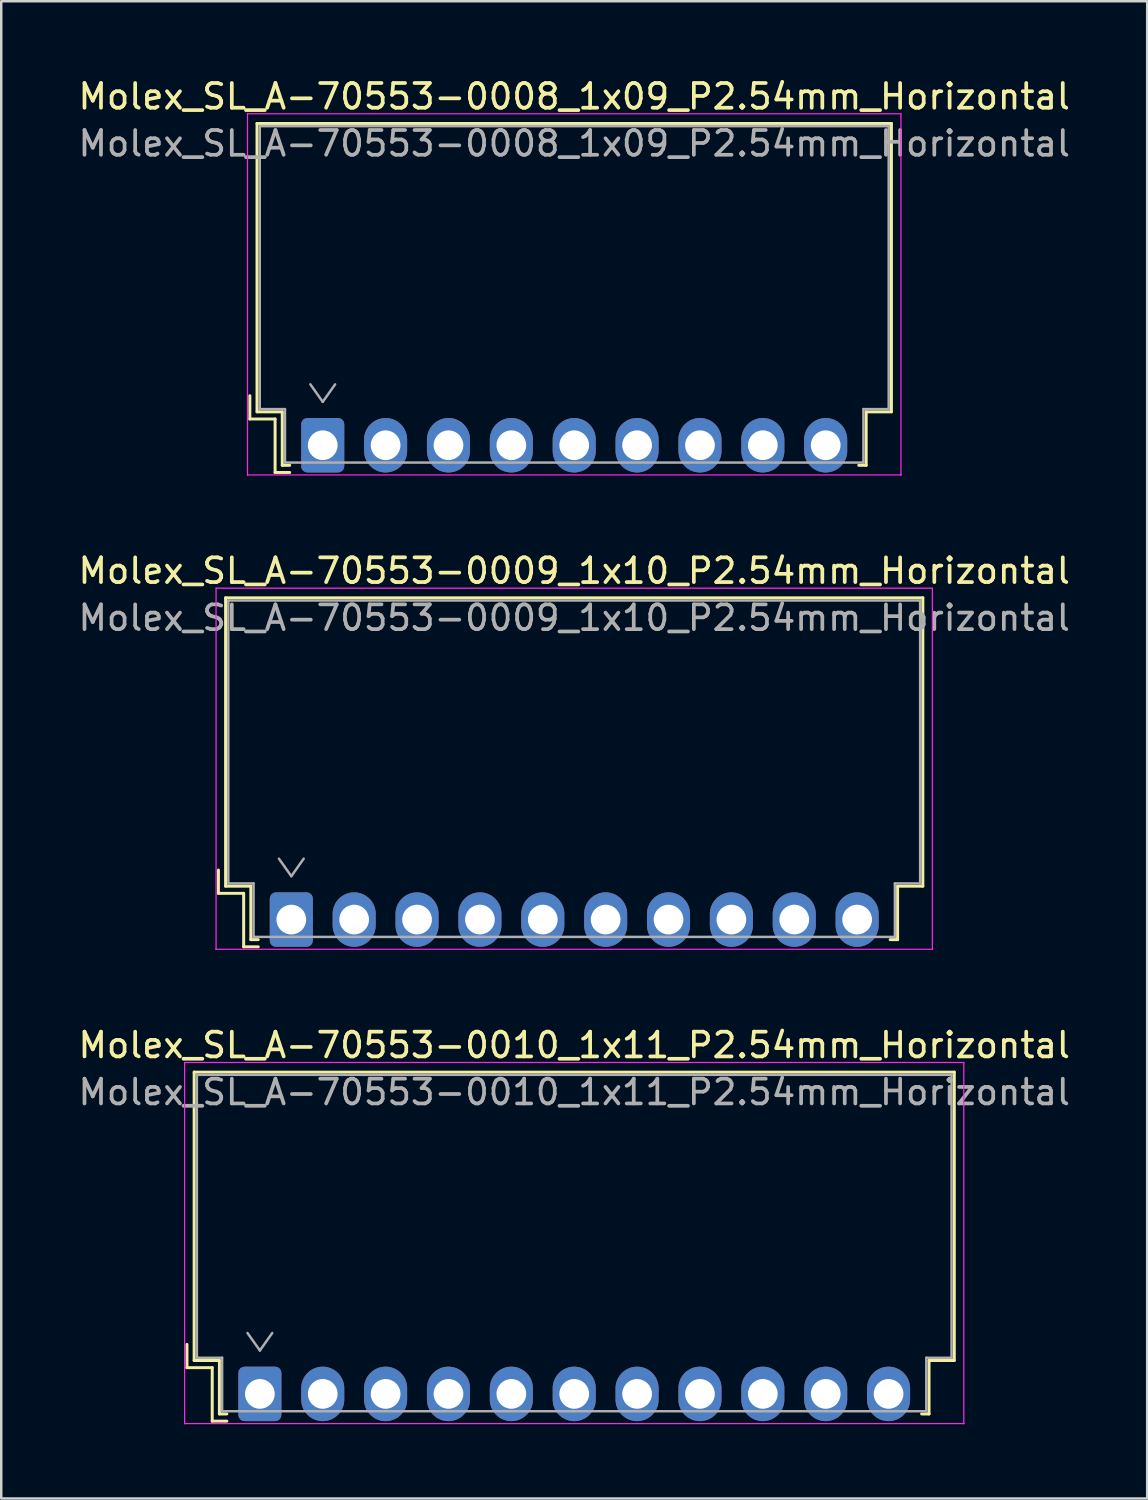
<source format=kicad_pcb>
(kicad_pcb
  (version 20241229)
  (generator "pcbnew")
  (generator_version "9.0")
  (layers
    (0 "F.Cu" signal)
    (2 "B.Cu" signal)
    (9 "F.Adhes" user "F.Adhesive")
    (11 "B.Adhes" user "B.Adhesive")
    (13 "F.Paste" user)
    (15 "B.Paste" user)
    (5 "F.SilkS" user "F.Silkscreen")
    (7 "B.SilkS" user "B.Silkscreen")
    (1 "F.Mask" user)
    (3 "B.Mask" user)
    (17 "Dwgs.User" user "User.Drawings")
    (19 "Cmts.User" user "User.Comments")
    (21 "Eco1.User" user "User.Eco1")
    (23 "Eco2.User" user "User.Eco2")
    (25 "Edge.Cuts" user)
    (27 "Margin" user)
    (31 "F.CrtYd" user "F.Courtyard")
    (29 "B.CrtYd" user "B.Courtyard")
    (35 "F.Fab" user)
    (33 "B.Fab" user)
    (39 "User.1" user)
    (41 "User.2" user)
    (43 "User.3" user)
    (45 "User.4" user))
  (footprint "Molex_SL_A-70553-0009_1x10_P2.54mm_Horizontal"
    (layer "F.Cu")
    (at 8.719 34.102)
    (property "Reference" "Molex_SL_A-70553-0009_1x10_P2.54mm_Horizontal" (at 11.43 -14.09 0) (layer "F.SilkS") (effects (font (size 1 1) (thickness 0.15))))
    (attr through_hole)
    (fp_line (start -2.945 -2) (end -2.945 -1.06) (stroke (width 0.12) (type solid)) (layer "F.SilkS"))
    (fp_line (start -2.945 -1.06) (end -1.925 -1.06) (stroke (width 0.12) (type solid)) (layer "F.SilkS"))
    (fp_line (start -2.655 -13) (end 25.515 -13) (stroke (width 0.12) (type solid)) (layer "F.SilkS"))
    (fp_line (start -2.655 -1.35) (end -2.655 -13) (stroke (width 0.12) (type solid)) (layer "F.SilkS"))
    (fp_line (start -2.655 -1.35) (end -1.635 -1.35) (stroke (width 0.12) (type solid)) (layer "F.SilkS"))
    (fp_line (start -1.925 -1.06) (end -1.925 1.1) (stroke (width 0.12) (type solid)) (layer "F.SilkS"))
    (fp_line (start -1.925 1.1) (end -1.335 1.1) (stroke (width 0.12) (type solid)) (layer "F.SilkS"))
    (fp_line (start -1.635 -1.35) (end -1.635 0.81) (stroke (width 0.12) (type solid)) (layer "F.SilkS"))
    (fp_line (start -1.635 0.81) (end -1.335 0.81) (stroke (width 0.12) (type solid)) (layer "F.SilkS"))
    (fp_line (start 24.495 -1.35) (end 24.495 0.81) (stroke (width 0.12) (type solid)) (layer "F.SilkS"))
    (fp_line (start 24.495 0.81) (end 24.195 0.81) (stroke (width 0.12) (type solid)) (layer "F.SilkS"))
    (fp_line (start 25.515 -13) (end 25.515 -1.35) (stroke (width 0.12) (type solid)) (layer "F.SilkS"))
    (fp_line (start 25.515 -1.35) (end 24.495 -1.35) (stroke (width 0.12) (type solid)) (layer "F.SilkS"))
    (fp_line (start -3.04 -13.39) (end -3.04 1.2) (stroke (width 0.05) (type solid)) (layer "F.CrtYd"))
    (fp_line (start -3.04 1.2) (end -3.04 1.2) (stroke (width 0.05) (type solid)) (layer "F.CrtYd"))
    (fp_line (start -3.04 1.2) (end -3.04 1.2) (stroke (width 0.05) (type solid)) (layer "F.CrtYd"))
    (fp_line (start -3.04 1.2) (end 25.9 1.2) (stroke (width 0.05) (type solid)) (layer "F.CrtYd"))
    (fp_line (start 25.9 -13.39) (end -3.04 -13.39) (stroke (width 0.05) (type solid)) (layer "F.CrtYd"))
    (fp_line (start 25.9 1.2) (end 25.9 -13.39) (stroke (width 0.05) (type solid)) (layer "F.CrtYd"))
    (fp_line (start 25.9 1.2) (end 25.9 1.2) (stroke (width 0.05) (type solid)) (layer "F.CrtYd"))
    (fp_line (start 25.9 1.2) (end 25.9 1.2) (stroke (width 0.05) (type solid)) (layer "F.CrtYd"))
    (fp_line (start -2.545 -12.89) (end -2.545 -1.46) (stroke (width 0.1) (type solid)) (layer "F.Fab"))
    (fp_line (start -2.545 -1.46) (end -1.525 -1.46) (stroke (width 0.1) (type solid)) (layer "F.Fab"))
    (fp_line (start -1.525 -1.46) (end -1.525 0.7) (stroke (width 0.1) (type solid)) (layer "F.Fab"))
    (fp_line (start -1.525 0.7) (end 24.385 0.7) (stroke (width 0.1) (type solid)) (layer "F.Fab"))
    (fp_line (start -0.5 -2.46) (end 0 -1.753) (stroke (width 0.1) (type solid)) (layer "F.Fab"))
    (fp_line (start 0 -1.753) (end 0.5 -2.46) (stroke (width 0.1) (type solid)) (layer "F.Fab"))
    (fp_line (start 24.385 -1.46) (end 25.405 -1.46) (stroke (width 0.1) (type solid)) (layer "F.Fab"))
    (fp_line (start 24.385 0.7) (end 24.385 -1.46) (stroke (width 0.1) (type solid)) (layer "F.Fab"))
    (fp_line (start 25.405 -12.89) (end -2.545 -12.89) (stroke (width 0.1) (type solid)) (layer "F.Fab"))
    (fp_line (start 25.405 -1.46) (end 25.405 -12.89) (stroke (width 0.1) (type solid)) (layer "F.Fab"))
    (fp_text user "${REFERENCE}" (at 11.43 -12.19 0) (layer "F.Fab") (effects (font (size 1 1) (thickness 0.15))))
    (pad "1" thru_hole roundrect (at 0 0) (size 1.74 2.2) (drill 1.2) (layers "*.Cu" "*.Mask") (roundrect_rratio 0.144))
    (pad "2" thru_hole oval (at 2.54 0) (size 1.74 2.2) (drill 1.2) (layers "*.Cu" "*.Mask"))
    (pad "3" thru_hole oval (at 5.08 0) (size 1.74 2.2) (drill 1.2) (layers "*.Cu" "*.Mask"))
    (pad "4" thru_hole oval (at 7.62 0) (size 1.74 2.2) (drill 1.2) (layers "*.Cu" "*.Mask"))
    (pad "5" thru_hole oval (at 10.16 0) (size 1.74 2.2) (drill 1.2) (layers "*.Cu" "*.Mask"))
    (pad "6" thru_hole oval (at 12.7 0) (size 1.74 2.2) (drill 1.2) (layers "*.Cu" "*.Mask"))
    (pad "7" thru_hole oval (at 15.24 0) (size 1.74 2.2) (drill 1.2) (layers "*.Cu" "*.Mask"))
    (pad "8" thru_hole oval (at 17.78 0) (size 1.74 2.2) (drill 1.2) (layers "*.Cu" "*.Mask"))
    (pad "9" thru_hole oval (at 20.32 0) (size 1.74 2.2) (drill 1.2) (layers "*.Cu" "*.Mask"))
    (pad "10" thru_hole oval (at 22.86 0) (size 1.74 2.2) (drill 1.2) (layers "*.Cu" "*.Mask")))
  (footprint "Molex_SL_A-70553-0008_1x09_P2.54mm_Horizontal"
    (layer "F.Cu")
    (at 9.989 14.938)
    (property "Reference" "Molex_SL_A-70553-0008_1x09_P2.54mm_Horizontal" (at 10.16 -14.09 0) (layer "F.SilkS") (effects (font (size 1 1) (thickness 0.15))))
    (attr through_hole)
    (fp_line (start -2.945 -2) (end -2.945 -1.06) (stroke (width 0.12) (type solid)) (layer "F.SilkS"))
    (fp_line (start -2.945 -1.06) (end -1.925 -1.06) (stroke (width 0.12) (type solid)) (layer "F.SilkS"))
    (fp_line (start -2.655 -13) (end 22.975 -13) (stroke (width 0.12) (type solid)) (layer "F.SilkS"))
    (fp_line (start -2.655 -1.35) (end -2.655 -13) (stroke (width 0.12) (type solid)) (layer "F.SilkS"))
    (fp_line (start -2.655 -1.35) (end -1.635 -1.35) (stroke (width 0.12) (type solid)) (layer "F.SilkS"))
    (fp_line (start -1.925 -1.06) (end -1.925 1.1) (stroke (width 0.12) (type solid)) (layer "F.SilkS"))
    (fp_line (start -1.925 1.1) (end -1.335 1.1) (stroke (width 0.12) (type solid)) (layer "F.SilkS"))
    (fp_line (start -1.635 -1.35) (end -1.635 0.81) (stroke (width 0.12) (type solid)) (layer "F.SilkS"))
    (fp_line (start -1.635 0.81) (end -1.335 0.81) (stroke (width 0.12) (type solid)) (layer "F.SilkS"))
    (fp_line (start 21.955 -1.35) (end 21.955 0.81) (stroke (width 0.12) (type solid)) (layer "F.SilkS"))
    (fp_line (start 21.955 0.81) (end 21.655 0.81) (stroke (width 0.12) (type solid)) (layer "F.SilkS"))
    (fp_line (start 22.975 -13) (end 22.975 -1.35) (stroke (width 0.12) (type solid)) (layer "F.SilkS"))
    (fp_line (start 22.975 -1.35) (end 21.955 -1.35) (stroke (width 0.12) (type solid)) (layer "F.SilkS"))
    (fp_line (start -3.04 -13.39) (end -3.04 1.2) (stroke (width 0.05) (type solid)) (layer "F.CrtYd"))
    (fp_line (start -3.04 1.2) (end -3.04 1.2) (stroke (width 0.05) (type solid)) (layer "F.CrtYd"))
    (fp_line (start -3.04 1.2) (end -3.04 1.2) (stroke (width 0.05) (type solid)) (layer "F.CrtYd"))
    (fp_line (start -3.04 1.2) (end 23.36 1.2) (stroke (width 0.05) (type solid)) (layer "F.CrtYd"))
    (fp_line (start 23.36 -13.39) (end -3.04 -13.39) (stroke (width 0.05) (type solid)) (layer "F.CrtYd"))
    (fp_line (start 23.36 1.2) (end 23.36 -13.39) (stroke (width 0.05) (type solid)) (layer "F.CrtYd"))
    (fp_line (start 23.36 1.2) (end 23.36 1.2) (stroke (width 0.05) (type solid)) (layer "F.CrtYd"))
    (fp_line (start 23.36 1.2) (end 23.36 1.2) (stroke (width 0.05) (type solid)) (layer "F.CrtYd"))
    (fp_line (start -2.545 -12.89) (end -2.545 -1.46) (stroke (width 0.1) (type solid)) (layer "F.Fab"))
    (fp_line (start -2.545 -1.46) (end -1.525 -1.46) (stroke (width 0.1) (type solid)) (layer "F.Fab"))
    (fp_line (start -1.525 -1.46) (end -1.525 0.7) (stroke (width 0.1) (type solid)) (layer "F.Fab"))
    (fp_line (start -1.525 0.7) (end 21.845 0.7) (stroke (width 0.1) (type solid)) (layer "F.Fab"))
    (fp_line (start -0.5 -2.46) (end 0 -1.753) (stroke (width 0.1) (type solid)) (layer "F.Fab"))
    (fp_line (start 0 -1.753) (end 0.5 -2.46) (stroke (width 0.1) (type solid)) (layer "F.Fab"))
    (fp_line (start 21.845 -1.46) (end 22.865 -1.46) (stroke (width 0.1) (type solid)) (layer "F.Fab"))
    (fp_line (start 21.845 0.7) (end 21.845 -1.46) (stroke (width 0.1) (type solid)) (layer "F.Fab"))
    (fp_line (start 22.865 -12.89) (end -2.545 -12.89) (stroke (width 0.1) (type solid)) (layer "F.Fab"))
    (fp_line (start 22.865 -1.46) (end 22.865 -12.89) (stroke (width 0.1) (type solid)) (layer "F.Fab"))
    (fp_text user "${REFERENCE}" (at 10.16 -12.19 0) (layer "F.Fab") (effects (font (size 1 1) (thickness 0.15))))
    (pad "1" thru_hole roundrect (at 0 0) (size 1.74 2.2) (drill 1.2) (layers "*.Cu" "*.Mask") (roundrect_rratio 0.144))
    (pad "2" thru_hole oval (at 2.54 0) (size 1.74 2.2) (drill 1.2) (layers "*.Cu" "*.Mask"))
    (pad "3" thru_hole oval (at 5.08 0) (size 1.74 2.2) (drill 1.2) (layers "*.Cu" "*.Mask"))
    (pad "4" thru_hole oval (at 7.62 0) (size 1.74 2.2) (drill 1.2) (layers "*.Cu" "*.Mask"))
    (pad "5" thru_hole oval (at 10.16 0) (size 1.74 2.2) (drill 1.2) (layers "*.Cu" "*.Mask"))
    (pad "6" thru_hole oval (at 12.7 0) (size 1.74 2.2) (drill 1.2) (layers "*.Cu" "*.Mask"))
    (pad "7" thru_hole oval (at 15.24 0) (size 1.74 2.2) (drill 1.2) (layers "*.Cu" "*.Mask"))
    (pad "8" thru_hole oval (at 17.78 0) (size 1.74 2.2) (drill 1.2) (layers "*.Cu" "*.Mask"))
    (pad "9" thru_hole oval (at 20.32 0) (size 1.74 2.2) (drill 1.2) (layers "*.Cu" "*.Mask")))
  (footprint "Molex_SL_A-70553-0010_1x11_P2.54mm_Horizontal"
    (layer "F.Cu")
    (at 7.449 53.265)
    (property "Reference" "Molex_SL_A-70553-0010_1x11_P2.54mm_Horizontal" (at 12.7 -14.09 0) (layer "F.SilkS") (effects (font (size 1 1) (thickness 0.15))))
    (attr through_hole)
    (fp_line (start -2.945 -2) (end -2.945 -1.06) (stroke (width 0.12) (type solid)) (layer "F.SilkS"))
    (fp_line (start -2.945 -1.06) (end -1.925 -1.06) (stroke (width 0.12) (type solid)) (layer "F.SilkS"))
    (fp_line (start -2.655 -13) (end 28.055 -13) (stroke (width 0.12) (type solid)) (layer "F.SilkS"))
    (fp_line (start -2.655 -1.35) (end -2.655 -13) (stroke (width 0.12) (type solid)) (layer "F.SilkS"))
    (fp_line (start -2.655 -1.35) (end -1.635 -1.35) (stroke (width 0.12) (type solid)) (layer "F.SilkS"))
    (fp_line (start -1.925 -1.06) (end -1.925 1.1) (stroke (width 0.12) (type solid)) (layer "F.SilkS"))
    (fp_line (start -1.925 1.1) (end -1.335 1.1) (stroke (width 0.12) (type solid)) (layer "F.SilkS"))
    (fp_line (start -1.635 -1.35) (end -1.635 0.81) (stroke (width 0.12) (type solid)) (layer "F.SilkS"))
    (fp_line (start -1.635 0.81) (end -1.335 0.81) (stroke (width 0.12) (type solid)) (layer "F.SilkS"))
    (fp_line (start 27.035 -1.35) (end 27.035 0.81) (stroke (width 0.12) (type solid)) (layer "F.SilkS"))
    (fp_line (start 27.035 0.81) (end 26.735 0.81) (stroke (width 0.12) (type solid)) (layer "F.SilkS"))
    (fp_line (start 28.055 -13) (end 28.055 -1.35) (stroke (width 0.12) (type solid)) (layer "F.SilkS"))
    (fp_line (start 28.055 -1.35) (end 27.035 -1.35) (stroke (width 0.12) (type solid)) (layer "F.SilkS"))
    (fp_line (start -3.04 -13.39) (end -3.04 1.2) (stroke (width 0.05) (type solid)) (layer "F.CrtYd"))
    (fp_line (start -3.04 1.2) (end -3.04 1.2) (stroke (width 0.05) (type solid)) (layer "F.CrtYd"))
    (fp_line (start -3.04 1.2) (end -3.04 1.2) (stroke (width 0.05) (type solid)) (layer "F.CrtYd"))
    (fp_line (start -3.04 1.2) (end 28.44 1.2) (stroke (width 0.05) (type solid)) (layer "F.CrtYd"))
    (fp_line (start 28.44 -13.39) (end -3.04 -13.39) (stroke (width 0.05) (type solid)) (layer "F.CrtYd"))
    (fp_line (start 28.44 1.2) (end 28.44 -13.39) (stroke (width 0.05) (type solid)) (layer "F.CrtYd"))
    (fp_line (start 28.44 1.2) (end 28.44 1.2) (stroke (width 0.05) (type solid)) (layer "F.CrtYd"))
    (fp_line (start 28.44 1.2) (end 28.44 1.2) (stroke (width 0.05) (type solid)) (layer "F.CrtYd"))
    (fp_line (start -2.545 -12.89) (end -2.545 -1.46) (stroke (width 0.1) (type solid)) (layer "F.Fab"))
    (fp_line (start -2.545 -1.46) (end -1.525 -1.46) (stroke (width 0.1) (type solid)) (layer "F.Fab"))
    (fp_line (start -1.525 -1.46) (end -1.525 0.7) (stroke (width 0.1) (type solid)) (layer "F.Fab"))
    (fp_line (start -1.525 0.7) (end 26.925 0.7) (stroke (width 0.1) (type solid)) (layer "F.Fab"))
    (fp_line (start -0.5 -2.46) (end 0 -1.753) (stroke (width 0.1) (type solid)) (layer "F.Fab"))
    (fp_line (start 0 -1.753) (end 0.5 -2.46) (stroke (width 0.1) (type solid)) (layer "F.Fab"))
    (fp_line (start 26.925 -1.46) (end 27.945 -1.46) (stroke (width 0.1) (type solid)) (layer "F.Fab"))
    (fp_line (start 26.925 0.7) (end 26.925 -1.46) (stroke (width 0.1) (type solid)) (layer "F.Fab"))
    (fp_line (start 27.945 -12.89) (end -2.545 -12.89) (stroke (width 0.1) (type solid)) (layer "F.Fab"))
    (fp_line (start 27.945 -1.46) (end 27.945 -12.89) (stroke (width 0.1) (type solid)) (layer "F.Fab"))
    (fp_text user "${REFERENCE}" (at 12.7 -12.19 0) (layer "F.Fab") (effects (font (size 1 1) (thickness 0.15))))
    (pad "1" thru_hole roundrect (at 0 0) (size 1.74 2.2) (drill 1.2) (layers "*.Cu" "*.Mask") (roundrect_rratio 0.144))
    (pad "2" thru_hole oval (at 2.54 0) (size 1.74 2.2) (drill 1.2) (layers "*.Cu" "*.Mask"))
    (pad "3" thru_hole oval (at 5.08 0) (size 1.74 2.2) (drill 1.2) (layers "*.Cu" "*.Mask"))
    (pad "4" thru_hole oval (at 7.62 0) (size 1.74 2.2) (drill 1.2) (layers "*.Cu" "*.Mask"))
    (pad "5" thru_hole oval (at 10.16 0) (size 1.74 2.2) (drill 1.2) (layers "*.Cu" "*.Mask"))
    (pad "6" thru_hole oval (at 12.7 0) (size 1.74 2.2) (drill 1.2) (layers "*.Cu" "*.Mask"))
    (pad "7" thru_hole oval (at 15.24 0) (size 1.74 2.2) (drill 1.2) (layers "*.Cu" "*.Mask"))
    (pad "8" thru_hole oval (at 17.78 0) (size 1.74 2.2) (drill 1.2) (layers "*.Cu" "*.Mask"))
    (pad "9" thru_hole oval (at 20.32 0) (size 1.74 2.2) (drill 1.2) (layers "*.Cu" "*.Mask"))
    (pad "10" thru_hole oval (at 22.86 0) (size 1.74 2.2) (drill 1.2) (layers "*.Cu" "*.Mask"))
    (pad "11" thru_hole oval (at 25.4 0) (size 1.74 2.2) (drill 1.2) (layers "*.Cu" "*.Mask")))
  (gr_rect
    (start -3 -3)
    (end 43.298 57.49)
    (stroke (width 0.1) (type default))
    (fill no)
    (layer "Edge.Cuts")))
</source>
